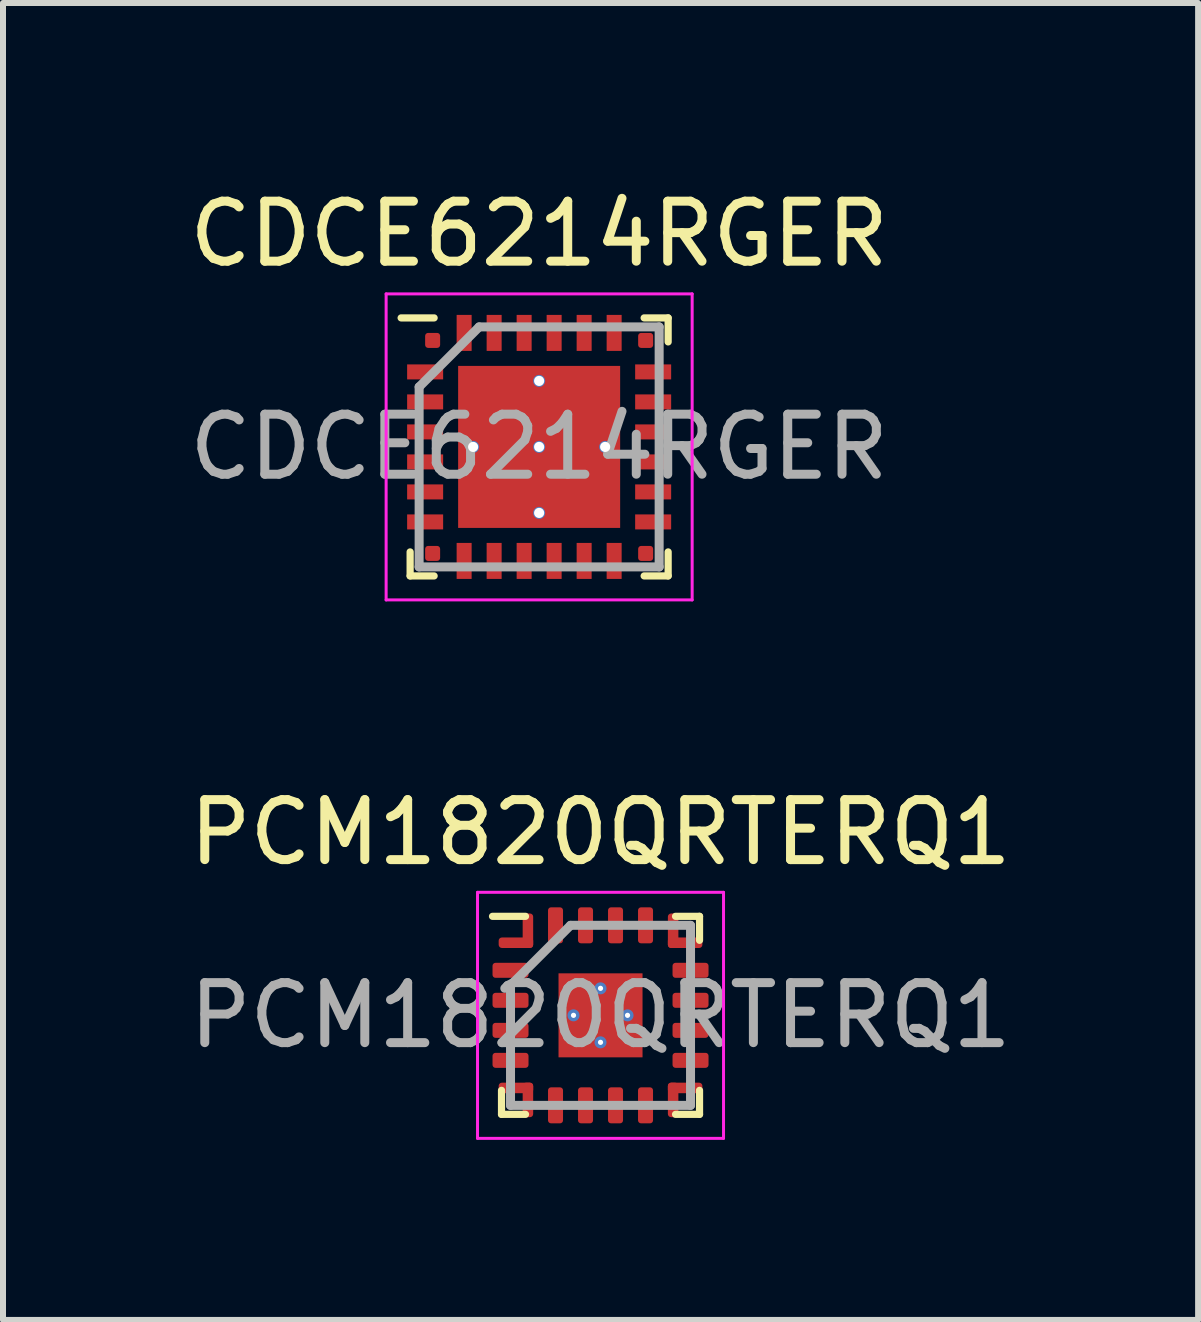
<source format=kicad_pcb>
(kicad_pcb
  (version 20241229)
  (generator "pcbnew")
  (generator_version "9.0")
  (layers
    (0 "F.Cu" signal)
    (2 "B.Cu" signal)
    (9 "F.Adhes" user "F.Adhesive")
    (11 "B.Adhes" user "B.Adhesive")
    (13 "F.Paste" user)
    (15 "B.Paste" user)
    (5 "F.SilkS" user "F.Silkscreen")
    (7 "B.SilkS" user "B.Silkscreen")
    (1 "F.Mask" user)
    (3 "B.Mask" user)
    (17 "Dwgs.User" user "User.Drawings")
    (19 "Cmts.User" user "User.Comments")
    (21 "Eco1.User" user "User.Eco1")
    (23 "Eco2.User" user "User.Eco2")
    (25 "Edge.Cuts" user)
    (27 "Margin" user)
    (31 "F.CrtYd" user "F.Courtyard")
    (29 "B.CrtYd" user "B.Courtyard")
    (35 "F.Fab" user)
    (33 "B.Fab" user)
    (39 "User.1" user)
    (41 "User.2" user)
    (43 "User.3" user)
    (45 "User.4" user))
  (footprint "PCM1820QRTERQ1"
    (layer "F.Cu")
    (at 6.958 13.871)
    (property "Reference" "PCM1820QRTERQ1" (at 0 -3.05 0) (layer "F.SilkS") (effects (font (size 1 1) (thickness 0.15))))
    (attr smd)
    (fp_line (start -1.65 1.65) (end -1.65 1.25) (stroke (width 0.12) (type default)) (layer "F.SilkS"))
    (fp_line (start -1.25 -1.65) (end -1.8 -1.65) (stroke (width 0.12) (type default)) (layer "F.SilkS"))
    (fp_line (start -1.25 1.65) (end -1.65 1.65) (stroke (width 0.12) (type default)) (layer "F.SilkS"))
    (fp_line (start 1.25 -1.65) (end 1.65 -1.65) (stroke (width 0.12) (type default)) (layer "F.SilkS"))
    (fp_line (start 1.25 1.65) (end 1.65 1.65) (stroke (width 0.12) (type default)) (layer "F.SilkS"))
    (fp_line (start 1.65 -1.65) (end 1.65 -1.25) (stroke (width 0.12) (type default)) (layer "F.SilkS"))
    (fp_line (start 1.65 1.65) (end 1.65 1.25) (stroke (width 0.12) (type default)) (layer "F.SilkS"))
    (fp_line (start -2.05 -2.05) (end 2.05 -2.05) (stroke (width 0.05) (type default)) (layer "F.CrtYd"))
    (fp_line (start -2.05 2.05) (end -2.05 -2.05) (stroke (width 0.05) (type default)) (layer "F.CrtYd"))
    (fp_line (start 2.05 -2.05) (end 2.05 2.05) (stroke (width 0.05) (type default)) (layer "F.CrtYd"))
    (fp_line (start 2.05 2.05) (end -2.05 2.05) (stroke (width 0.05) (type default)) (layer "F.CrtYd"))
    (fp_line (start -1.5 -0.5) (end -1.5 1.5) (stroke (width 0.15) (type default)) (layer "F.Fab"))
    (fp_line (start -1.5 1.5) (end 1.5 1.5) (stroke (width 0.15) (type default)) (layer "F.Fab"))
    (fp_line (start -0.5 -1.5) (end -1.5 -0.5) (stroke (width 0.15) (type default)) (layer "F.Fab"))
    (fp_line (start 1.5 -1.5) (end -0.5 -1.5) (stroke (width 0.15) (type default)) (layer "F.Fab"))
    (fp_line (start 1.5 1.5) (end 1.5 -1.5) (stroke (width 0.15) (type default)) (layer "F.Fab"))
    (fp_text user "${REFERENCE}" (at 0 0 0) (layer "F.Fab") (effects (font (size 1 1) (thickness 0.15))))
    (pad "" smd rect (at -0.525 -0.525) (size 0.000001 0.000001) (layers "F.Paste"))
    (pad "" smd rect (at -0.525 -0.175) (size 0.000001 0.000001) (layers "F.Paste"))
    (pad "" smd rect (at -0.525 0.175) (size 0.000001 0.000001) (layers "F.Paste"))
    (pad "" smd rect (at -0.525 0.525) (size 0.000001 0.000001) (layers "F.Paste"))
    (pad "" smd rect (at -0.175 -0.525) (size 0.000001 0.000001) (layers "F.Paste"))
    (pad "" smd rect (at -0.175 -0.175) (size 0.000001 0.000001) (layers "F.Paste"))
    (pad "" smd rect (at -0.175 0.175) (size 0.000001 0.000001) (layers "F.Paste"))
    (pad "" smd rect (at -0.175 0.525) (size 0.000001 0.000001) (layers "F.Paste"))
    (pad "" smd rect (at 0.175 -0.525) (size 0.000001 0.000001) (layers "F.Paste"))
    (pad "" smd rect (at 0.175 -0.175) (size 0.000001 0.000001) (layers "F.Paste"))
    (pad "" smd rect (at 0.175 0.175) (size 0.000001 0.000001) (layers "F.Paste"))
    (pad "" smd rect (at 0.175 0.525) (size 0.000001 0.000001) (layers "F.Paste"))
    (pad "" smd rect (at 0.525 -0.525) (size 0.000001 0.000001) (layers "F.Paste"))
    (pad "" smd rect (at 0.525 -0.175) (size 0.000001 0.000001) (layers "F.Paste"))
    (pad "" smd rect (at 0.525 0.175) (size 0.000001 0.000001) (layers "F.Paste"))
    (pad "" smd rect (at 0.525 0.525) (size 0.000001 0.000001) (layers "F.Paste"))
    (pad "1" smd roundrect (at -1.5 -0.75 90) (size 0.25 0.6) (layers "F.Cu" "F.Mask" "F.Paste") (roundrect_rratio 0.2))
    (pad "2" smd roundrect (at -1.5 -0.25 90) (size 0.25 0.6) (layers "F.Cu" "F.Mask" "F.Paste") (roundrect_rratio 0.2))
    (pad "3" smd roundrect (at -1.5 0.25 90) (size 0.25 0.6) (layers "F.Cu" "F.Mask" "F.Paste") (roundrect_rratio 0.2))
    (pad "4" smd roundrect (at -1.5 0.75 90) (size 0.25 0.6) (layers "F.Cu" "F.Mask" "F.Paste") (roundrect_rratio 0.2))
    (pad "5" smd roundrect (at -1.41 1.21 180) (size 0.575 0.175) (property pad_prop_heatsink) (layers "F.Cu" "F.Mask" "F.Paste") (roundrect_rratio 0.308))
    (pad "5" smd roundrect (at -1.21 1.41 90) (size 0.575 0.175) (property pad_prop_heatsink) (layers "F.Cu" "F.Mask" "F.Paste") (roundrect_rratio 0.308))
    (pad "6" smd roundrect (at -0.75 1.5) (size 0.25 0.6) (layers "F.Cu" "F.Mask" "F.Paste") (roundrect_rratio 0.2))
    (pad "7" smd roundrect (at -0.25 1.5) (size 0.25 0.6) (layers "F.Cu" "F.Mask" "F.Paste") (roundrect_rratio 0.2))
    (pad "8" smd roundrect (at 0.25 1.5) (size 0.25 0.6) (layers "F.Cu" "F.Mask" "F.Paste") (roundrect_rratio 0.2))
    (pad "9" smd roundrect (at 0.75 1.5) (size 0.25 0.6) (layers "F.Cu" "F.Mask" "F.Paste") (roundrect_rratio 0.2))
    (pad "10" smd roundrect (at 1.21 1.41 270) (size 0.575 0.175) (property pad_prop_heatsink) (layers "F.Cu" "F.Mask" "F.Paste") (roundrect_rratio 0.308))
    (pad "10" smd roundrect (at 1.41 1.21 180) (size 0.575 0.175) (property pad_prop_heatsink) (layers "F.Cu" "F.Mask" "F.Paste") (roundrect_rratio 0.308))
    (pad "11" smd roundrect (at 1.5 0.75 90) (size 0.25 0.6) (layers "F.Cu" "F.Mask" "F.Paste") (roundrect_rratio 0.2))
    (pad "12" smd roundrect (at 1.5 0.25 90) (size 0.25 0.6) (layers "F.Cu" "F.Mask" "F.Paste") (roundrect_rratio 0.2))
    (pad "13" smd roundrect (at 1.5 -0.25 90) (size 0.25 0.6) (layers "F.Cu" "F.Mask" "F.Paste") (roundrect_rratio 0.2))
    (pad "14" smd roundrect (at 1.5 -0.75 90) (size 0.25 0.6) (layers "F.Cu" "F.Mask" "F.Paste") (roundrect_rratio 0.2))
    (pad "15" smd roundrect (at 1.21 -1.41 270) (size 0.575 0.175) (property pad_prop_heatsink) (layers "F.Cu" "F.Mask" "F.Paste") (roundrect_rratio 0.308))
    (pad "15" smd roundrect (at 1.41 -1.21) (size 0.575 0.175) (property pad_prop_heatsink) (layers "F.Cu" "F.Mask" "F.Paste") (roundrect_rratio 0.308))
    (pad "16" smd roundrect (at 0.75 -1.5) (size 0.25 0.6) (layers "F.Cu" "F.Mask" "F.Paste") (roundrect_rratio 0.2))
    (pad "17" smd roundrect (at 0.25 -1.5) (size 0.25 0.6) (layers "F.Cu" "F.Mask" "F.Paste") (roundrect_rratio 0.2))
    (pad "18" smd roundrect (at -0.25 -1.5) (size 0.25 0.6) (layers "F.Cu" "F.Mask" "F.Paste") (roundrect_rratio 0.2))
    (pad "19" smd roundrect (at -0.75 -1.5) (size 0.25 0.6) (layers "F.Cu" "F.Mask" "F.Paste") (roundrect_rratio 0.2))
    (pad "20" smd roundrect (at -1.41 -1.21) (size 0.575 0.175) (property pad_prop_heatsink) (layers "F.Cu" "F.Mask" "F.Paste") (roundrect_rratio 0.308))
    (pad "20" smd roundrect (at -1.21 -1.41 90) (size 0.575 0.175) (property pad_prop_heatsink) (layers "F.Cu" "F.Mask" "F.Paste") (roundrect_rratio 0.308))
    (pad "21" thru_hole circle (at -0.45 0) (size 0.2 0.2) (drill 0.087) (property pad_prop_heatsink) (layers "*.Cu" "*.Mask"))
    (pad "21" thru_hole circle (at 0 -0.45) (size 0.2 0.2) (drill 0.087) (property pad_prop_heatsink) (layers "*.Cu" "*.Mask"))
    (pad "21" smd rect (at 0 0) (size 1.4 1.4) (layers "F.Cu" "F.Mask"))
    (pad "21" thru_hole circle (at 0 0.45) (size 0.2 0.2) (drill 0.087) (property pad_prop_heatsink) (layers "*.Cu" "*.Mask"))
    (pad "21" thru_hole circle (at 0.45 0) (size 0.2 0.2) (drill 0.087) (property pad_prop_heatsink) (layers "*.Cu" "*.Mask")))
  (footprint "CDCE6214RGER"
    (layer "F.Cu")
    (at 5.935 4.398)
    (property "Reference" "CDCE6214RGER" (at 0 -3.55 0) (layer "F.SilkS") (effects (font (size 1 1) (thickness 0.15))))
    (attr smd)
    (fp_line (start -2.15 2.15) (end -2.15 1.75) (stroke (width 0.12) (type default)) (layer "F.SilkS"))
    (fp_line (start -1.75 -2.15) (end -2.3 -2.15) (stroke (width 0.12) (type default)) (layer "F.SilkS"))
    (fp_line (start -1.75 2.15) (end -2.15 2.15) (stroke (width 0.12) (type default)) (layer "F.SilkS"))
    (fp_line (start 1.75 -2.15) (end 2.15 -2.15) (stroke (width 0.12) (type default)) (layer "F.SilkS"))
    (fp_line (start 1.75 2.15) (end 2.15 2.15) (stroke (width 0.12) (type default)) (layer "F.SilkS"))
    (fp_line (start 2.15 -2.15) (end 2.15 -1.75) (stroke (width 0.12) (type default)) (layer "F.SilkS"))
    (fp_line (start 2.15 2.15) (end 2.15 1.75) (stroke (width 0.12) (type default)) (layer "F.SilkS"))
    (fp_line (start -2.55 -2.55) (end 2.55 -2.55) (stroke (width 0.05) (type default)) (layer "F.CrtYd"))
    (fp_line (start -2.55 2.55) (end -2.55 -2.55) (stroke (width 0.05) (type default)) (layer "F.CrtYd"))
    (fp_line (start 2.55 -2.55) (end 2.55 2.55) (stroke (width 0.05) (type default)) (layer "F.CrtYd"))
    (fp_line (start 2.55 2.55) (end -2.55 2.55) (stroke (width 0.05) (type default)) (layer "F.CrtYd"))
    (fp_line (start -2 -1) (end -2 2) (stroke (width 0.15) (type default)) (layer "F.Fab"))
    (fp_line (start -2 2) (end 2 2) (stroke (width 0.15) (type default)) (layer "F.Fab"))
    (fp_line (start -1 -2) (end -2 -1) (stroke (width 0.15) (type default)) (layer "F.Fab"))
    (fp_line (start 2 -2) (end -1 -2) (stroke (width 0.15) (type default)) (layer "F.Fab"))
    (fp_line (start 2 2) (end 2 -2) (stroke (width 0.15) (type default)) (layer "F.Fab"))
    (fp_text user "${REFERENCE}" (at 0 0 0) (layer "F.Fab") (effects (font (size 1 1) (thickness 0.15))))
    (pad "" smd rect (at -1.012 -1.012) (size 0.000001 0.000001) (layers "F.Paste"))
    (pad "" smd rect (at -1.012 -0.338) (size 0.000001 0.000001) (layers "F.Paste"))
    (pad "" smd rect (at -1.012 0.338) (size 0.000001 0.000001) (layers "F.Paste"))
    (pad "" smd rect (at -1.012 1.012) (size 0.000001 0.000001) (layers "F.Paste"))
    (pad "" smd rect (at -0.338 -1.012) (size 0.000001 0.000001) (layers "F.Paste"))
    (pad "" smd rect (at -0.338 -0.338) (size 0.000001 0.000001) (layers "F.Paste"))
    (pad "" smd rect (at -0.338 0.338) (size 0.000001 0.000001) (layers "F.Paste"))
    (pad "" smd rect (at -0.338 1.012) (size 0.000001 0.000001) (layers "F.Paste"))
    (pad "" smd rect (at 0.338 -1.012) (size 0.000001 0.000001) (layers "F.Paste"))
    (pad "" smd rect (at 0.338 -0.338) (size 0.000001 0.000001) (layers "F.Paste"))
    (pad "" smd rect (at 0.338 0.338) (size 0.000001 0.000001) (layers "F.Paste"))
    (pad "" smd rect (at 0.338 1.012) (size 0.000001 0.000001) (layers "F.Paste"))
    (pad "" smd rect (at 1.012 -1.012) (size 0.000001 0.000001) (layers "F.Paste"))
    (pad "" smd rect (at 1.012 -0.338) (size 0.000001 0.000001) (layers "F.Paste"))
    (pad "" smd rect (at 1.012 0.338) (size 0.000001 0.000001) (layers "F.Paste"))
    (pad "" smd rect (at 1.012 1.012) (size 0.000001 0.000001) (layers "F.Paste"))
    (pad "1" smd rect (at -1.9 -1.25 90) (size 0.25 0.6) (layers "F.Cu" "F.Mask" "F.Paste"))
    (pad "2" smd rect (at -1.9 -0.75 90) (size 0.25 0.6) (layers "F.Cu" "F.Mask" "F.Paste"))
    (pad "3" smd rect (at -1.9 -0.25 90) (size 0.25 0.6) (layers "F.Cu" "F.Mask" "F.Paste"))
    (pad "4" smd rect (at -1.9 0.25 90) (size 0.25 0.6) (layers "F.Cu" "F.Mask" "F.Paste"))
    (pad "5" smd rect (at -1.9 0.75 90) (size 0.25 0.6) (layers "F.Cu" "F.Mask" "F.Paste"))
    (pad "6" smd rect (at -1.9 1.25 90) (size 0.25 0.6) (layers "F.Cu" "F.Mask" "F.Paste"))
    (pad "7" smd rect (at -1.25 1.9) (size 0.25 0.6) (layers "F.Cu" "F.Mask" "F.Paste"))
    (pad "8" smd rect (at -0.75 1.9) (size 0.25 0.6) (layers "F.Cu" "F.Mask" "F.Paste"))
    (pad "9" smd rect (at -0.25 1.9) (size 0.25 0.6) (layers "F.Cu" "F.Mask" "F.Paste"))
    (pad "10" smd rect (at 0.25 1.9) (size 0.25 0.6) (layers "F.Cu" "F.Mask" "F.Paste"))
    (pad "11" smd rect (at 0.75 1.9) (size 0.25 0.6) (layers "F.Cu" "F.Mask" "F.Paste"))
    (pad "12" smd rect (at 1.25 1.9) (size 0.25 0.6) (layers "F.Cu" "F.Mask" "F.Paste"))
    (pad "13" smd rect (at 1.9 1.25 90) (size 0.25 0.6) (layers "F.Cu" "F.Mask" "F.Paste"))
    (pad "14" smd rect (at 1.9 0.75 90) (size 0.25 0.6) (layers "F.Cu" "F.Mask" "F.Paste"))
    (pad "15" smd rect (at 1.9 0.25 90) (size 0.25 0.6) (layers "F.Cu" "F.Mask" "F.Paste"))
    (pad "16" smd rect (at 1.9 -0.25 90) (size 0.25 0.6) (layers "F.Cu" "F.Mask" "F.Paste"))
    (pad "17" smd rect (at 1.9 -0.75 90) (size 0.25 0.6) (layers "F.Cu" "F.Mask" "F.Paste"))
    (pad "18" smd rect (at 1.9 -1.25 90) (size 0.25 0.6) (layers "F.Cu" "F.Mask" "F.Paste"))
    (pad "19" smd rect (at 1.25 -1.9) (size 0.25 0.6) (layers "F.Cu" "F.Mask" "F.Paste"))
    (pad "20" smd rect (at 0.75 -1.9) (size 0.25 0.6) (layers "F.Cu" "F.Mask" "F.Paste"))
    (pad "21" smd rect (at 0.25 -1.9) (size 0.25 0.6) (layers "F.Cu" "F.Mask" "F.Paste"))
    (pad "22" smd rect (at -0.25 -1.9) (size 0.25 0.6) (layers "F.Cu" "F.Mask" "F.Paste"))
    (pad "23" smd rect (at -0.75 -1.9) (size 0.25 0.6) (layers "F.Cu" "F.Mask" "F.Paste"))
    (pad "24" smd rect (at -1.25 -1.9) (size 0.25 0.6) (layers "F.Cu" "F.Mask" "F.Paste"))
    (pad "25" thru_hole circle (at -1.1 0) (size 0.2 0.2) (drill 0.169) (property pad_prop_heatsink) (layers "*.Cu" "*.Mask"))
    (pad "25" thru_hole circle (at 0 -1.1) (size 0.2 0.2) (drill 0.169) (property pad_prop_heatsink) (layers "*.Cu" "*.Mask"))
    (pad "25" thru_hole circle (at 0 0) (size 0.2 0.2) (drill 0.169) (property pad_prop_heatsink) (layers "*.Cu" "*.Mask"))
    (pad "25" smd rect (at 0 0) (size 2.7 2.7) (layers "F.Cu" "F.Mask"))
    (pad "25" thru_hole circle (at 0 1.1) (size 0.2 0.2) (drill 0.169) (property pad_prop_heatsink) (layers "*.Cu" "*.Mask"))
    (pad "25" thru_hole circle (at 1.1 0) (size 0.2 0.2) (drill 0.169) (property pad_prop_heatsink) (layers "*.Cu" "*.Mask"))
    (pad "26" smd roundrect (at -1.775 -1.775) (size 0.25 0.25) (layers "F.Cu" "F.Mask" "F.Paste") (roundrect_rratio 0.2))
    (pad "26" smd roundrect (at -1.775 1.775) (size 0.25 0.25) (layers "F.Cu" "F.Mask" "F.Paste") (roundrect_rratio 0.2))
    (pad "26" smd roundrect (at 1.775 -1.775) (size 0.25 0.25) (layers "F.Cu" "F.Mask" "F.Paste") (roundrect_rratio 0.2))
    (pad "26" smd roundrect (at 1.775 1.775) (size 0.25 0.25) (layers "F.Cu" "F.Mask" "F.Paste") (roundrect_rratio 0.2)))
  (gr_rect
    (start -3 -3)
    (end 16.917 18.947)
    (stroke (width 0.1) (type default))
    (fill no)
    (layer "Edge.Cuts")))
</source>
